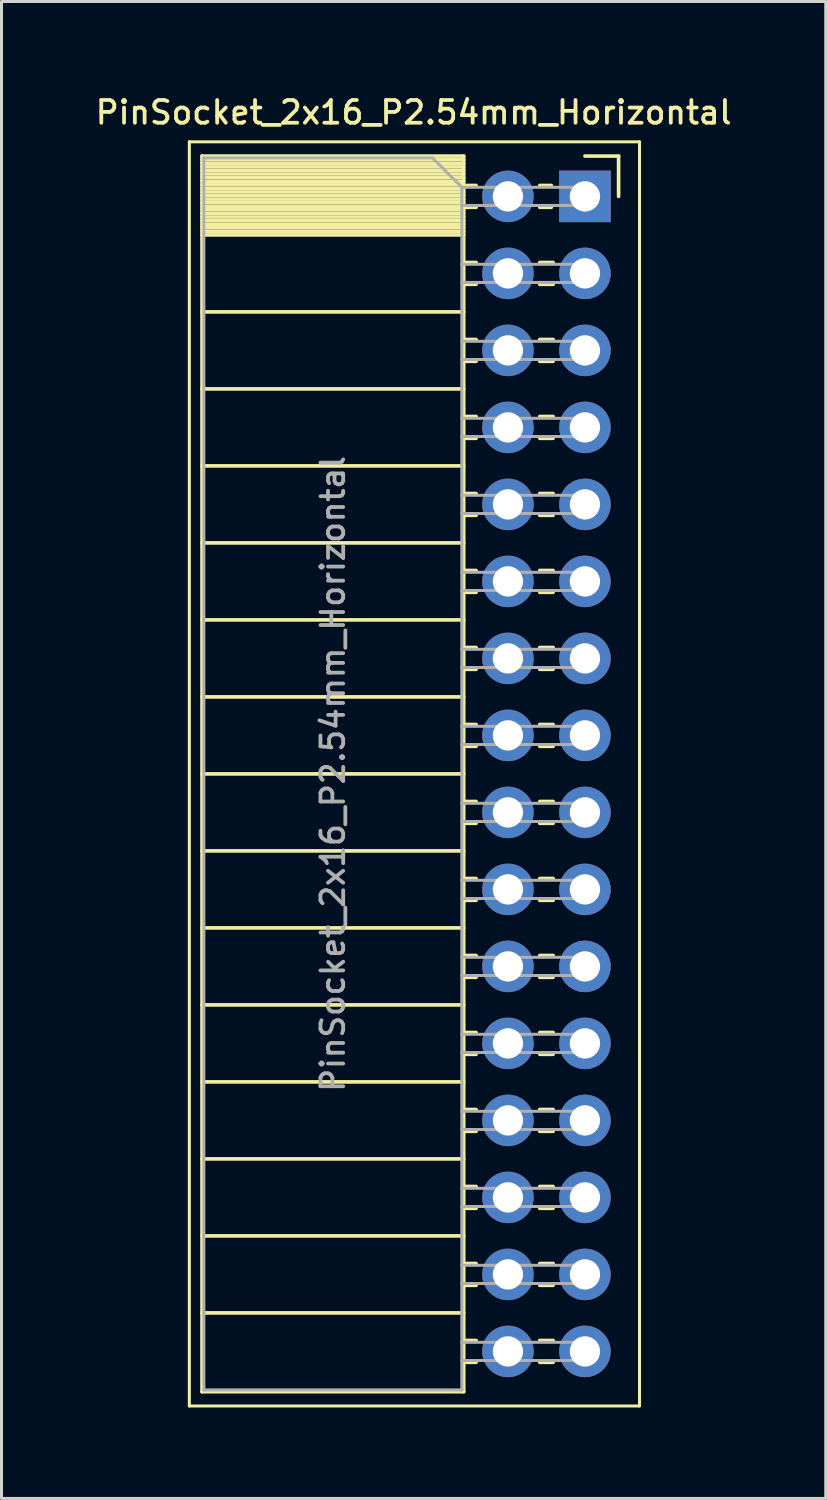
<source format=kicad_pcb>
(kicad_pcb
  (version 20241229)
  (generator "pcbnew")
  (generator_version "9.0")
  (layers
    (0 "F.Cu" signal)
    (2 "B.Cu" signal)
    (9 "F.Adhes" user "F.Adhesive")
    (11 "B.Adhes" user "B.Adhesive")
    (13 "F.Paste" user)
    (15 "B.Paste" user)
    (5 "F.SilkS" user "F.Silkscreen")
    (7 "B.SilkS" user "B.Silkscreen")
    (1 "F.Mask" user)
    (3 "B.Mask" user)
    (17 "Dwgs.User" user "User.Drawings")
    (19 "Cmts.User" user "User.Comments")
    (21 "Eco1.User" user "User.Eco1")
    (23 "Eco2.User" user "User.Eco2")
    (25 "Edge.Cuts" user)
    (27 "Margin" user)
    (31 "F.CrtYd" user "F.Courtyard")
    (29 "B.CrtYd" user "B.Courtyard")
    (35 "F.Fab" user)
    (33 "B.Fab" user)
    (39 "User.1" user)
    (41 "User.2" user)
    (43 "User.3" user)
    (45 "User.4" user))
  (footprint "PinSocket_2x16_P2.54mm_Horizontal"
    (layer "F.Cu")
    (at 16.245 3.428)
    (property "Reference" "PinSocket_2x16_P2.54mm_Horizontal" (at -5.65 -2.77 0) (layer "F.SilkS") (effects (font (size 0.75 0.75) (thickness 0.125))))
    (attr through_hole)
    (fp_line (start -13.05 -1.8) (end -13.05 39.9) (stroke (width 0.1) (type solid)) (layer "F.SilkS"))
    (fp_line (start -13.05 39.9) (end 1.8 39.9) (stroke (width 0.1) (type solid)) (layer "F.SilkS"))
    (fp_line (start -12.63 -1.33) (end -12.63 39.43) (stroke (width 0.12) (type solid)) (layer "F.SilkS"))
    (fp_line (start -12.63 -1.33) (end -4 -1.33) (stroke (width 0.12) (type solid)) (layer "F.SilkS"))
    (fp_line (start -12.63 -1.21) (end -4 -1.21) (stroke (width 0.12) (type solid)) (layer "F.SilkS"))
    (fp_line (start -12.63 -1.092) (end -4 -1.092) (stroke (width 0.12) (type solid)) (layer "F.SilkS"))
    (fp_line (start -12.63 -0.974) (end -4 -0.974) (stroke (width 0.12) (type solid)) (layer "F.SilkS"))
    (fp_line (start -12.63 -0.856) (end -4 -0.856) (stroke (width 0.12) (type solid)) (layer "F.SilkS"))
    (fp_line (start -12.63 -0.738) (end -4 -0.738) (stroke (width 0.12) (type solid)) (layer "F.SilkS"))
    (fp_line (start -12.63 -0.62) (end -4 -0.62) (stroke (width 0.12) (type solid)) (layer "F.SilkS"))
    (fp_line (start -12.63 -0.501) (end -4 -0.501) (stroke (width 0.12) (type solid)) (layer "F.SilkS"))
    (fp_line (start -12.63 -0.383) (end -4 -0.383) (stroke (width 0.12) (type solid)) (layer "F.SilkS"))
    (fp_line (start -12.63 -0.265) (end -4 -0.265) (stroke (width 0.12) (type solid)) (layer "F.SilkS"))
    (fp_line (start -12.63 -0.147) (end -4 -0.147) (stroke (width 0.12) (type solid)) (layer "F.SilkS"))
    (fp_line (start -12.63 -0.029) (end -4 -0.029) (stroke (width 0.12) (type solid)) (layer "F.SilkS"))
    (fp_line (start -12.63 0.089) (end -4 0.089) (stroke (width 0.12) (type solid)) (layer "F.SilkS"))
    (fp_line (start -12.63 0.207) (end -4 0.207) (stroke (width 0.12) (type solid)) (layer "F.SilkS"))
    (fp_line (start -12.63 0.325) (end -4 0.325) (stroke (width 0.12) (type solid)) (layer "F.SilkS"))
    (fp_line (start -12.63 0.443) (end -4 0.443) (stroke (width 0.12) (type solid)) (layer "F.SilkS"))
    (fp_line (start -12.63 0.561) (end -4 0.561) (stroke (width 0.12) (type solid)) (layer "F.SilkS"))
    (fp_line (start -12.63 0.68) (end -4 0.68) (stroke (width 0.12) (type solid)) (layer "F.SilkS"))
    (fp_line (start -12.63 0.798) (end -4 0.798) (stroke (width 0.12) (type solid)) (layer "F.SilkS"))
    (fp_line (start -12.63 0.916) (end -4 0.916) (stroke (width 0.12) (type solid)) (layer "F.SilkS"))
    (fp_line (start -12.63 1.034) (end -4 1.034) (stroke (width 0.12) (type solid)) (layer "F.SilkS"))
    (fp_line (start -12.63 1.152) (end -4 1.152) (stroke (width 0.12) (type solid)) (layer "F.SilkS"))
    (fp_line (start -12.63 1.27) (end -4 1.27) (stroke (width 0.12) (type solid)) (layer "F.SilkS"))
    (fp_line (start -12.63 3.81) (end -4 3.81) (stroke (width 0.12) (type solid)) (layer "F.SilkS"))
    (fp_line (start -12.63 6.35) (end -4 6.35) (stroke (width 0.12) (type solid)) (layer "F.SilkS"))
    (fp_line (start -12.63 8.89) (end -4 8.89) (stroke (width 0.12) (type solid)) (layer "F.SilkS"))
    (fp_line (start -12.63 11.43) (end -4 11.43) (stroke (width 0.12) (type solid)) (layer "F.SilkS"))
    (fp_line (start -12.63 13.97) (end -4 13.97) (stroke (width 0.12) (type solid)) (layer "F.SilkS"))
    (fp_line (start -12.63 16.51) (end -4 16.51) (stroke (width 0.12) (type solid)) (layer "F.SilkS"))
    (fp_line (start -12.63 19.05) (end -4 19.05) (stroke (width 0.12) (type solid)) (layer "F.SilkS"))
    (fp_line (start -12.63 21.59) (end -4 21.59) (stroke (width 0.12) (type solid)) (layer "F.SilkS"))
    (fp_line (start -12.63 24.13) (end -4 24.13) (stroke (width 0.12) (type solid)) (layer "F.SilkS"))
    (fp_line (start -12.63 26.67) (end -4 26.67) (stroke (width 0.12) (type solid)) (layer "F.SilkS"))
    (fp_line (start -12.63 29.21) (end -4 29.21) (stroke (width 0.12) (type solid)) (layer "F.SilkS"))
    (fp_line (start -12.63 31.75) (end -4 31.75) (stroke (width 0.12) (type solid)) (layer "F.SilkS"))
    (fp_line (start -12.63 34.29) (end -4 34.29) (stroke (width 0.12) (type solid)) (layer "F.SilkS"))
    (fp_line (start -12.63 36.83) (end -4 36.83) (stroke (width 0.12) (type solid)) (layer "F.SilkS"))
    (fp_line (start -12.63 39.43) (end -4 39.43) (stroke (width 0.12) (type solid)) (layer "F.SilkS"))
    (fp_line (start -4 -1.33) (end -4 39.43) (stroke (width 0.12) (type solid)) (layer "F.SilkS"))
    (fp_line (start -4 -0.36) (end -3.59 -0.36) (stroke (width 0.12) (type solid)) (layer "F.SilkS"))
    (fp_line (start -4 0.36) (end -3.59 0.36) (stroke (width 0.12) (type solid)) (layer "F.SilkS"))
    (fp_line (start -4 2.18) (end -3.59 2.18) (stroke (width 0.12) (type solid)) (layer "F.SilkS"))
    (fp_line (start -4 2.9) (end -3.59 2.9) (stroke (width 0.12) (type solid)) (layer "F.SilkS"))
    (fp_line (start -4 4.72) (end -3.59 4.72) (stroke (width 0.12) (type solid)) (layer "F.SilkS"))
    (fp_line (start -4 5.44) (end -3.59 5.44) (stroke (width 0.12) (type solid)) (layer "F.SilkS"))
    (fp_line (start -4 7.26) (end -3.59 7.26) (stroke (width 0.12) (type solid)) (layer "F.SilkS"))
    (fp_line (start -4 7.98) (end -3.59 7.98) (stroke (width 0.12) (type solid)) (layer "F.SilkS"))
    (fp_line (start -4 9.8) (end -3.59 9.8) (stroke (width 0.12) (type solid)) (layer "F.SilkS"))
    (fp_line (start -4 10.52) (end -3.59 10.52) (stroke (width 0.12) (type solid)) (layer "F.SilkS"))
    (fp_line (start -4 12.34) (end -3.59 12.34) (stroke (width 0.12) (type solid)) (layer "F.SilkS"))
    (fp_line (start -4 13.06) (end -3.59 13.06) (stroke (width 0.12) (type solid)) (layer "F.SilkS"))
    (fp_line (start -4 14.88) (end -3.59 14.88) (stroke (width 0.12) (type solid)) (layer "F.SilkS"))
    (fp_line (start -4 15.6) (end -3.59 15.6) (stroke (width 0.12) (type solid)) (layer "F.SilkS"))
    (fp_line (start -4 17.42) (end -3.59 17.42) (stroke (width 0.12) (type solid)) (layer "F.SilkS"))
    (fp_line (start -4 18.14) (end -3.59 18.14) (stroke (width 0.12) (type solid)) (layer "F.SilkS"))
    (fp_line (start -4 19.96) (end -3.59 19.96) (stroke (width 0.12) (type solid)) (layer "F.SilkS"))
    (fp_line (start -4 20.68) (end -3.59 20.68) (stroke (width 0.12) (type solid)) (layer "F.SilkS"))
    (fp_line (start -4 22.5) (end -3.59 22.5) (stroke (width 0.12) (type solid)) (layer "F.SilkS"))
    (fp_line (start -4 23.22) (end -3.59 23.22) (stroke (width 0.12) (type solid)) (layer "F.SilkS"))
    (fp_line (start -4 25.04) (end -3.59 25.04) (stroke (width 0.12) (type solid)) (layer "F.SilkS"))
    (fp_line (start -4 25.76) (end -3.59 25.76) (stroke (width 0.12) (type solid)) (layer "F.SilkS"))
    (fp_line (start -4 27.58) (end -3.59 27.58) (stroke (width 0.12) (type solid)) (layer "F.SilkS"))
    (fp_line (start -4 28.3) (end -3.59 28.3) (stroke (width 0.12) (type solid)) (layer "F.SilkS"))
    (fp_line (start -4 30.12) (end -3.59 30.12) (stroke (width 0.12) (type solid)) (layer "F.SilkS"))
    (fp_line (start -4 30.84) (end -3.59 30.84) (stroke (width 0.12) (type solid)) (layer "F.SilkS"))
    (fp_line (start -4 32.66) (end -3.59 32.66) (stroke (width 0.12) (type solid)) (layer "F.SilkS"))
    (fp_line (start -4 33.38) (end -3.59 33.38) (stroke (width 0.12) (type solid)) (layer "F.SilkS"))
    (fp_line (start -4 35.2) (end -3.59 35.2) (stroke (width 0.12) (type solid)) (layer "F.SilkS"))
    (fp_line (start -4 35.92) (end -3.59 35.92) (stroke (width 0.12) (type solid)) (layer "F.SilkS"))
    (fp_line (start -4 37.74) (end -3.59 37.74) (stroke (width 0.12) (type solid)) (layer "F.SilkS"))
    (fp_line (start -4 38.46) (end -3.59 38.46) (stroke (width 0.12) (type solid)) (layer "F.SilkS"))
    (fp_line (start -1.49 -0.36) (end -1.11 -0.36) (stroke (width 0.12) (type solid)) (layer "F.SilkS"))
    (fp_line (start -1.49 0.36) (end -1.11 0.36) (stroke (width 0.12) (type solid)) (layer "F.SilkS"))
    (fp_line (start -1.49 2.18) (end -1.05 2.18) (stroke (width 0.12) (type solid)) (layer "F.SilkS"))
    (fp_line (start -1.49 2.9) (end -1.05 2.9) (stroke (width 0.12) (type solid)) (layer "F.SilkS"))
    (fp_line (start -1.49 4.72) (end -1.05 4.72) (stroke (width 0.12) (type solid)) (layer "F.SilkS"))
    (fp_line (start -1.49 5.44) (end -1.05 5.44) (stroke (width 0.12) (type solid)) (layer "F.SilkS"))
    (fp_line (start -1.49 7.26) (end -1.05 7.26) (stroke (width 0.12) (type solid)) (layer "F.SilkS"))
    (fp_line (start -1.49 7.98) (end -1.05 7.98) (stroke (width 0.12) (type solid)) (layer "F.SilkS"))
    (fp_line (start -1.49 9.8) (end -1.05 9.8) (stroke (width 0.12) (type solid)) (layer "F.SilkS"))
    (fp_line (start -1.49 10.52) (end -1.05 10.52) (stroke (width 0.12) (type solid)) (layer "F.SilkS"))
    (fp_line (start -1.49 12.34) (end -1.05 12.34) (stroke (width 0.12) (type solid)) (layer "F.SilkS"))
    (fp_line (start -1.49 13.06) (end -1.05 13.06) (stroke (width 0.12) (type solid)) (layer "F.SilkS"))
    (fp_line (start -1.49 14.88) (end -1.05 14.88) (stroke (width 0.12) (type solid)) (layer "F.SilkS"))
    (fp_line (start -1.49 15.6) (end -1.05 15.6) (stroke (width 0.12) (type solid)) (layer "F.SilkS"))
    (fp_line (start -1.49 17.42) (end -1.05 17.42) (stroke (width 0.12) (type solid)) (layer "F.SilkS"))
    (fp_line (start -1.49 18.14) (end -1.05 18.14) (stroke (width 0.12) (type solid)) (layer "F.SilkS"))
    (fp_line (start -1.49 19.96) (end -1.05 19.96) (stroke (width 0.12) (type solid)) (layer "F.SilkS"))
    (fp_line (start -1.49 20.68) (end -1.05 20.68) (stroke (width 0.12) (type solid)) (layer "F.SilkS"))
    (fp_line (start -1.49 22.5) (end -1.05 22.5) (stroke (width 0.12) (type solid)) (layer "F.SilkS"))
    (fp_line (start -1.49 23.22) (end -1.05 23.22) (stroke (width 0.12) (type solid)) (layer "F.SilkS"))
    (fp_line (start -1.49 25.04) (end -1.05 25.04) (stroke (width 0.12) (type solid)) (layer "F.SilkS"))
    (fp_line (start -1.49 25.76) (end -1.05 25.76) (stroke (width 0.12) (type solid)) (layer "F.SilkS"))
    (fp_line (start -1.49 27.58) (end -1.05 27.58) (stroke (width 0.12) (type solid)) (layer "F.SilkS"))
    (fp_line (start -1.49 28.3) (end -1.05 28.3) (stroke (width 0.12) (type solid)) (layer "F.SilkS"))
    (fp_line (start -1.49 30.12) (end -1.05 30.12) (stroke (width 0.12) (type solid)) (layer "F.SilkS"))
    (fp_line (start -1.49 30.84) (end -1.05 30.84) (stroke (width 0.12) (type solid)) (layer "F.SilkS"))
    (fp_line (start -1.49 32.66) (end -1.05 32.66) (stroke (width 0.12) (type solid)) (layer "F.SilkS"))
    (fp_line (start -1.49 33.38) (end -1.05 33.38) (stroke (width 0.12) (type solid)) (layer "F.SilkS"))
    (fp_line (start -1.49 35.2) (end -1.05 35.2) (stroke (width 0.12) (type solid)) (layer "F.SilkS"))
    (fp_line (start -1.49 35.92) (end -1.05 35.92) (stroke (width 0.12) (type solid)) (layer "F.SilkS"))
    (fp_line (start -1.49 37.74) (end -1.05 37.74) (stroke (width 0.12) (type solid)) (layer "F.SilkS"))
    (fp_line (start -1.49 38.46) (end -1.05 38.46) (stroke (width 0.12) (type solid)) (layer "F.SilkS"))
    (fp_line (start 0 -1.33) (end 1.11 -1.33) (stroke (width 0.12) (type solid)) (layer "F.SilkS"))
    (fp_line (start 1.11 -1.33) (end 1.11 0) (stroke (width 0.12) (type solid)) (layer "F.SilkS"))
    (fp_line (start 1.8 -1.8) (end -13.05 -1.8) (stroke (width 0.1) (type solid)) (layer "F.SilkS"))
    (fp_line (start 1.8 39.9) (end 1.8 -1.8) (stroke (width 0.1) (type solid)) (layer "F.SilkS"))
    (fp_line (start -12.57 -1.27) (end -5.03 -1.27) (stroke (width 0.1) (type solid)) (layer "F.Fab"))
    (fp_line (start -12.57 39.37) (end -12.57 -1.27) (stroke (width 0.1) (type solid)) (layer "F.Fab"))
    (fp_line (start -5.03 -1.27) (end -4.06 -0.3) (stroke (width 0.1) (type solid)) (layer "F.Fab"))
    (fp_line (start -4.06 -0.3) (end -4.06 39.37) (stroke (width 0.1) (type solid)) (layer "F.Fab"))
    (fp_line (start -4.06 0.3) (end 0 0.3) (stroke (width 0.1) (type solid)) (layer "F.Fab"))
    (fp_line (start -4.06 2.84) (end 0 2.84) (stroke (width 0.1) (type solid)) (layer "F.Fab"))
    (fp_line (start -4.06 5.38) (end 0 5.38) (stroke (width 0.1) (type solid)) (layer "F.Fab"))
    (fp_line (start -4.06 7.92) (end 0 7.92) (stroke (width 0.1) (type solid)) (layer "F.Fab"))
    (fp_line (start -4.06 10.46) (end 0 10.46) (stroke (width 0.1) (type solid)) (layer "F.Fab"))
    (fp_line (start -4.06 13) (end 0 13) (stroke (width 0.1) (type solid)) (layer "F.Fab"))
    (fp_line (start -4.06 15.54) (end 0 15.54) (stroke (width 0.1) (type solid)) (layer "F.Fab"))
    (fp_line (start -4.06 18.08) (end 0 18.08) (stroke (width 0.1) (type solid)) (layer "F.Fab"))
    (fp_line (start -4.06 20.62) (end 0 20.62) (stroke (width 0.1) (type solid)) (layer "F.Fab"))
    (fp_line (start -4.06 23.16) (end 0 23.16) (stroke (width 0.1) (type solid)) (layer "F.Fab"))
    (fp_line (start -4.06 25.7) (end 0 25.7) (stroke (width 0.1) (type solid)) (layer "F.Fab"))
    (fp_line (start -4.06 28.24) (end 0 28.24) (stroke (width 0.1) (type solid)) (layer "F.Fab"))
    (fp_line (start -4.06 30.78) (end 0 30.78) (stroke (width 0.1) (type solid)) (layer "F.Fab"))
    (fp_line (start -4.06 33.32) (end 0 33.32) (stroke (width 0.1) (type solid)) (layer "F.Fab"))
    (fp_line (start -4.06 35.86) (end 0 35.86) (stroke (width 0.1) (type solid)) (layer "F.Fab"))
    (fp_line (start -4.06 38.4) (end 0 38.4) (stroke (width 0.1) (type solid)) (layer "F.Fab"))
    (fp_line (start -4.06 39.37) (end -12.57 39.37) (stroke (width 0.1) (type solid)) (layer "F.Fab"))
    (fp_line (start 0 -0.3) (end -4.06 -0.3) (stroke (width 0.1) (type solid)) (layer "F.Fab"))
    (fp_line (start 0 0.3) (end 0 -0.3) (stroke (width 0.1) (type solid)) (layer "F.Fab"))
    (fp_line (start 0 2.24) (end -4.06 2.24) (stroke (width 0.1) (type solid)) (layer "F.Fab"))
    (fp_line (start 0 2.84) (end 0 2.24) (stroke (width 0.1) (type solid)) (layer "F.Fab"))
    (fp_line (start 0 4.78) (end -4.06 4.78) (stroke (width 0.1) (type solid)) (layer "F.Fab"))
    (fp_line (start 0 5.38) (end 0 4.78) (stroke (width 0.1) (type solid)) (layer "F.Fab"))
    (fp_line (start 0 7.32) (end -4.06 7.32) (stroke (width 0.1) (type solid)) (layer "F.Fab"))
    (fp_line (start 0 7.92) (end 0 7.32) (stroke (width 0.1) (type solid)) (layer "F.Fab"))
    (fp_line (start 0 9.86) (end -4.06 9.86) (stroke (width 0.1) (type solid)) (layer "F.Fab"))
    (fp_line (start 0 10.46) (end 0 9.86) (stroke (width 0.1) (type solid)) (layer "F.Fab"))
    (fp_line (start 0 12.4) (end -4.06 12.4) (stroke (width 0.1) (type solid)) (layer "F.Fab"))
    (fp_line (start 0 13) (end 0 12.4) (stroke (width 0.1) (type solid)) (layer "F.Fab"))
    (fp_line (start 0 14.94) (end -4.06 14.94) (stroke (width 0.1) (type solid)) (layer "F.Fab"))
    (fp_line (start 0 15.54) (end 0 14.94) (stroke (width 0.1) (type solid)) (layer "F.Fab"))
    (fp_line (start 0 17.48) (end -4.06 17.48) (stroke (width 0.1) (type solid)) (layer "F.Fab"))
    (fp_line (start 0 18.08) (end 0 17.48) (stroke (width 0.1) (type solid)) (layer "F.Fab"))
    (fp_line (start 0 20.02) (end -4.06 20.02) (stroke (width 0.1) (type solid)) (layer "F.Fab"))
    (fp_line (start 0 20.62) (end 0 20.02) (stroke (width 0.1) (type solid)) (layer "F.Fab"))
    (fp_line (start 0 22.56) (end -4.06 22.56) (stroke (width 0.1) (type solid)) (layer "F.Fab"))
    (fp_line (start 0 23.16) (end 0 22.56) (stroke (width 0.1) (type solid)) (layer "F.Fab"))
    (fp_line (start 0 25.1) (end -4.06 25.1) (stroke (width 0.1) (type solid)) (layer "F.Fab"))
    (fp_line (start 0 25.7) (end 0 25.1) (stroke (width 0.1) (type solid)) (layer "F.Fab"))
    (fp_line (start 0 27.64) (end -4.06 27.64) (stroke (width 0.1) (type solid)) (layer "F.Fab"))
    (fp_line (start 0 28.24) (end 0 27.64) (stroke (width 0.1) (type solid)) (layer "F.Fab"))
    (fp_line (start 0 30.18) (end -4.06 30.18) (stroke (width 0.1) (type solid)) (layer "F.Fab"))
    (fp_line (start 0 30.78) (end 0 30.18) (stroke (width 0.1) (type solid)) (layer "F.Fab"))
    (fp_line (start 0 32.72) (end -4.06 32.72) (stroke (width 0.1) (type solid)) (layer "F.Fab"))
    (fp_line (start 0 33.32) (end 0 32.72) (stroke (width 0.1) (type solid)) (layer "F.Fab"))
    (fp_line (start 0 35.26) (end -4.06 35.26) (stroke (width 0.1) (type solid)) (layer "F.Fab"))
    (fp_line (start 0 35.86) (end 0 35.26) (stroke (width 0.1) (type solid)) (layer "F.Fab"))
    (fp_line (start 0 37.8) (end -4.06 37.8) (stroke (width 0.1) (type solid)) (layer "F.Fab"))
    (fp_line (start 0 38.4) (end 0 37.8) (stroke (width 0.1) (type solid)) (layer "F.Fab"))
    (fp_text user "${REFERENCE}" (at -8.315 19.05 90) (layer "F.Fab") (effects (font (size 0.75 0.75) (thickness 0.125))))
    (pad "1" thru_hole rect (at 0 0) (size 1.7 1.7) (drill 1) (layers "*.Cu" "*.Mask"))
    (pad "2" thru_hole oval (at -2.54 0) (size 1.7 1.7) (drill 1) (layers "*.Cu" "*.Mask"))
    (pad "3" thru_hole oval (at 0 2.54) (size 1.7 1.7) (drill 1) (layers "*.Cu" "*.Mask"))
    (pad "4" thru_hole oval (at -2.54 2.54) (size 1.7 1.7) (drill 1) (layers "*.Cu" "*.Mask"))
    (pad "5" thru_hole oval (at 0 5.08) (size 1.7 1.7) (drill 1) (layers "*.Cu" "*.Mask"))
    (pad "6" thru_hole oval (at -2.54 5.08) (size 1.7 1.7) (drill 1) (layers "*.Cu" "*.Mask"))
    (pad "7" thru_hole oval (at 0 7.62) (size 1.7 1.7) (drill 1) (layers "*.Cu" "*.Mask"))
    (pad "8" thru_hole oval (at -2.54 7.62) (size 1.7 1.7) (drill 1) (layers "*.Cu" "*.Mask"))
    (pad "9" thru_hole oval (at 0 10.16) (size 1.7 1.7) (drill 1) (layers "*.Cu" "*.Mask"))
    (pad "10" thru_hole oval (at -2.54 10.16) (size 1.7 1.7) (drill 1) (layers "*.Cu" "*.Mask"))
    (pad "11" thru_hole oval (at 0 12.7) (size 1.7 1.7) (drill 1) (layers "*.Cu" "*.Mask"))
    (pad "12" thru_hole oval (at -2.54 12.7) (size 1.7 1.7) (drill 1) (layers "*.Cu" "*.Mask"))
    (pad "13" thru_hole oval (at 0 15.24) (size 1.7 1.7) (drill 1) (layers "*.Cu" "*.Mask"))
    (pad "14" thru_hole oval (at -2.54 15.24) (size 1.7 1.7) (drill 1) (layers "*.Cu" "*.Mask"))
    (pad "15" thru_hole oval (at 0 17.78) (size 1.7 1.7) (drill 1) (layers "*.Cu" "*.Mask"))
    (pad "16" thru_hole oval (at -2.54 17.78) (size 1.7 1.7) (drill 1) (layers "*.Cu" "*.Mask"))
    (pad "17" thru_hole oval (at 0 20.32) (size 1.7 1.7) (drill 1) (layers "*.Cu" "*.Mask"))
    (pad "18" thru_hole oval (at -2.54 20.32) (size 1.7 1.7) (drill 1) (layers "*.Cu" "*.Mask"))
    (pad "19" thru_hole oval (at 0 22.86) (size 1.7 1.7) (drill 1) (layers "*.Cu" "*.Mask"))
    (pad "20" thru_hole oval (at -2.54 22.86) (size 1.7 1.7) (drill 1) (layers "*.Cu" "*.Mask"))
    (pad "21" thru_hole oval (at 0 25.4) (size 1.7 1.7) (drill 1) (layers "*.Cu" "*.Mask"))
    (pad "22" thru_hole oval (at -2.54 25.4) (size 1.7 1.7) (drill 1) (layers "*.Cu" "*.Mask"))
    (pad "23" thru_hole oval (at 0 27.94) (size 1.7 1.7) (drill 1) (layers "*.Cu" "*.Mask"))
    (pad "24" thru_hole oval (at -2.54 27.94) (size 1.7 1.7) (drill 1) (layers "*.Cu" "*.Mask"))
    (pad "25" thru_hole oval (at 0 30.48) (size 1.7 1.7) (drill 1) (layers "*.Cu" "*.Mask"))
    (pad "26" thru_hole oval (at -2.54 30.48) (size 1.7 1.7) (drill 1) (layers "*.Cu" "*.Mask"))
    (pad "27" thru_hole oval (at 0 33.02) (size 1.7 1.7) (drill 1) (layers "*.Cu" "*.Mask"))
    (pad "28" thru_hole oval (at -2.54 33.02) (size 1.7 1.7) (drill 1) (layers "*.Cu" "*.Mask"))
    (pad "29" thru_hole oval (at 0 35.56) (size 1.7 1.7) (drill 1) (layers "*.Cu" "*.Mask"))
    (pad "30" thru_hole oval (at -2.54 35.56) (size 1.7 1.7) (drill 1) (layers "*.Cu" "*.Mask"))
    (pad "31" thru_hole oval (at 0 38.1) (size 1.7 1.7) (drill 1) (layers "*.Cu" "*.Mask"))
    (pad "32" thru_hole oval (at -2.54 38.1) (size 1.7 1.7) (drill 1) (layers "*.Cu" "*.Mask")))
  (gr_rect
    (start -3 -3)
    (end 24.189 46.378)
    (stroke (width 0.1) (type default))
    (fill no)
    (layer "Edge.Cuts")))
</source>
